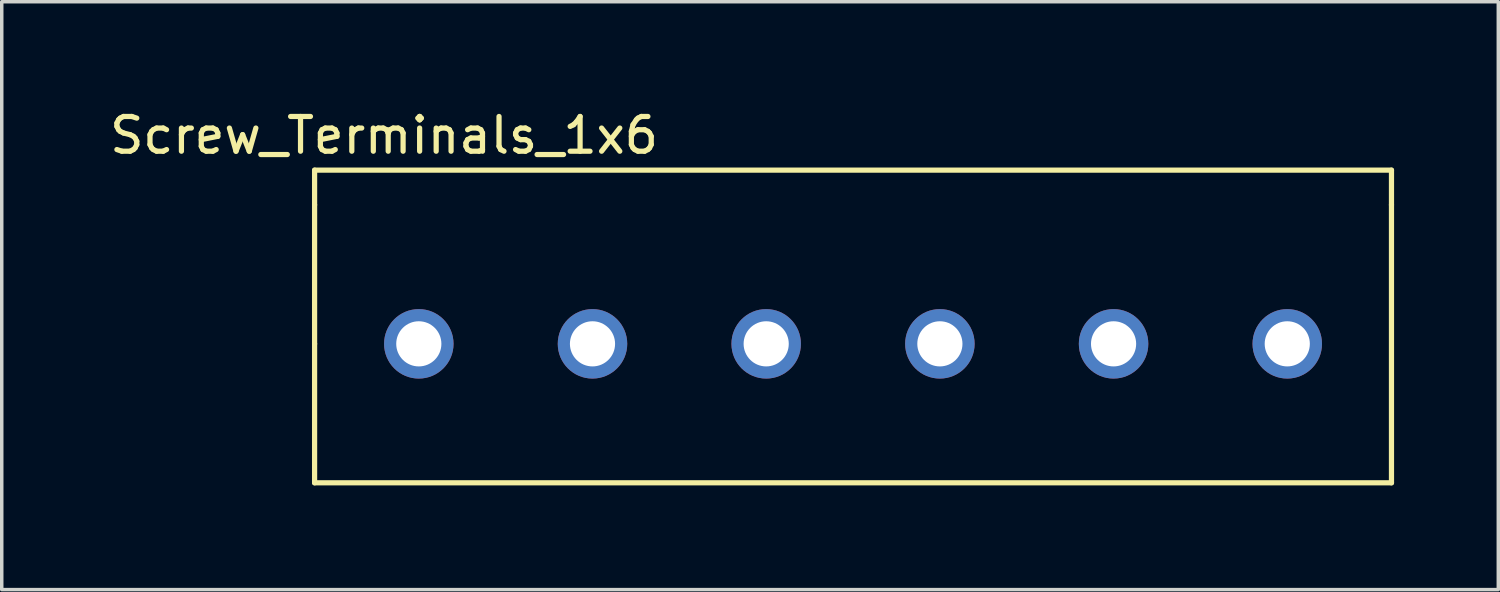
<source format=kicad_pcb>
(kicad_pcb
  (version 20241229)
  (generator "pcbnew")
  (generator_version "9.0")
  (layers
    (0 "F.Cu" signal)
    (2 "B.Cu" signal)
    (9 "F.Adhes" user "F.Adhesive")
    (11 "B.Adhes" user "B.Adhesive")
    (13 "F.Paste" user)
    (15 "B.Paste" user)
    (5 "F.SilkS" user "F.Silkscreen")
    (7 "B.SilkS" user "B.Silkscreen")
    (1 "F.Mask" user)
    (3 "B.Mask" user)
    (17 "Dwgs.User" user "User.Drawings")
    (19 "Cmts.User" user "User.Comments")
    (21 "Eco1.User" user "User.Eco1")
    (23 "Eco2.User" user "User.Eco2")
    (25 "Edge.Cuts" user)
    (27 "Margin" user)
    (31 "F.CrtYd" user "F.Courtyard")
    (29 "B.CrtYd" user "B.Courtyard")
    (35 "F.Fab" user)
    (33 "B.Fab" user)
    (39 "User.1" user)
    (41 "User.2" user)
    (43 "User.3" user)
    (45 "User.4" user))
  (footprint "Screw_Terminals_1x6"
    (layer "F.Cu")
    (at 9.006 6.848)
    (property "Reference" "Screw_Terminals_1x6" (at -1 -6 0) (layer "F.SilkS") (effects (font (size 1 1) (thickness 0.15))))
    (attr through_hole)
    (fp_line (start -3 -5) (end -3 -4) (stroke (width 0.15) (type solid)) (layer "F.SilkS"))
    (fp_line (start -3 -4) (end -3 0) (stroke (width 0.15) (type solid)) (layer "F.SilkS"))
    (fp_line (start -3 0) (end -3 4) (stroke (width 0.15) (type solid)) (layer "F.SilkS"))
    (fp_line (start -3 4) (end 28 4) (stroke (width 0.15) (type solid)) (layer "F.SilkS"))
    (fp_line (start 28 -5) (end -3 -5) (stroke (width 0.15) (type solid)) (layer "F.SilkS"))
    (fp_line (start 28 -4) (end 28 -5) (stroke (width 0.15) (type solid)) (layer "F.SilkS"))
    (fp_line (start 28 4) (end 28 -4) (stroke (width 0.15) (type solid)) (layer "F.SilkS"))
    (pad "1" thru_hole circle (at 0 0) (size 2 2) (drill 1.3) (layers "*.Cu" "*.Mask"))
    (pad "2" thru_hole circle (at 5 0) (size 2 2) (drill 1.3) (layers "*.Cu" "*.Mask"))
    (pad "3" thru_hole circle (at 10 0) (size 2 2) (drill 1.3) (layers "*.Cu" "*.Mask"))
    (pad "4" thru_hole circle (at 15 0) (size 2 2) (drill 1.3) (layers "*.Cu" "*.Mask"))
    (pad "5" thru_hole circle (at 20 0) (size 2 2) (drill 1.3) (layers "*.Cu" "*.Mask"))
    (pad "6" thru_hole circle (at 25 0) (size 2 2) (drill 1.3) (layers "*.Cu" "*.Mask")))
  (gr_rect
    (start -3 -3)
    (end 40.081 13.923)
    (stroke (width 0.1) (type default))
    (fill no)
    (layer "Edge.Cuts")))
</source>
